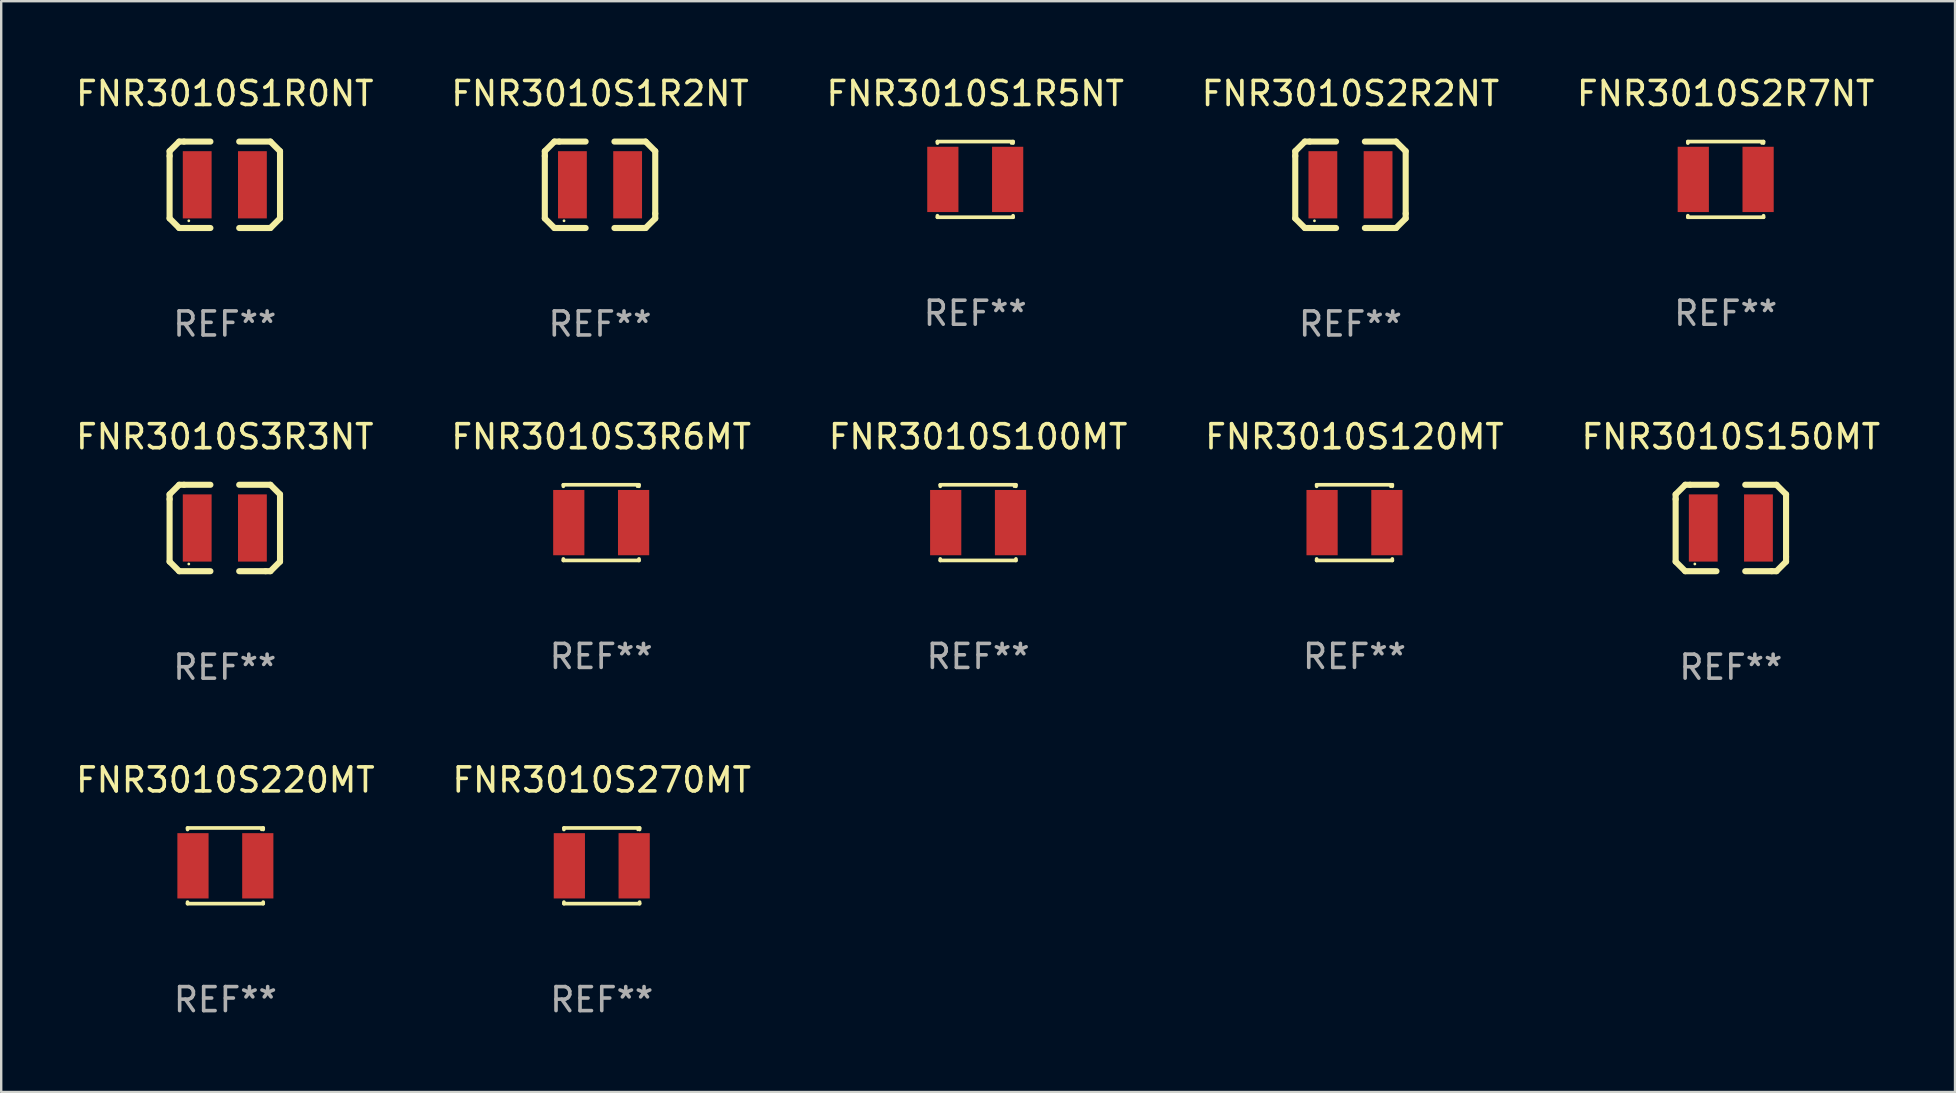
<source format=kicad_pcb>
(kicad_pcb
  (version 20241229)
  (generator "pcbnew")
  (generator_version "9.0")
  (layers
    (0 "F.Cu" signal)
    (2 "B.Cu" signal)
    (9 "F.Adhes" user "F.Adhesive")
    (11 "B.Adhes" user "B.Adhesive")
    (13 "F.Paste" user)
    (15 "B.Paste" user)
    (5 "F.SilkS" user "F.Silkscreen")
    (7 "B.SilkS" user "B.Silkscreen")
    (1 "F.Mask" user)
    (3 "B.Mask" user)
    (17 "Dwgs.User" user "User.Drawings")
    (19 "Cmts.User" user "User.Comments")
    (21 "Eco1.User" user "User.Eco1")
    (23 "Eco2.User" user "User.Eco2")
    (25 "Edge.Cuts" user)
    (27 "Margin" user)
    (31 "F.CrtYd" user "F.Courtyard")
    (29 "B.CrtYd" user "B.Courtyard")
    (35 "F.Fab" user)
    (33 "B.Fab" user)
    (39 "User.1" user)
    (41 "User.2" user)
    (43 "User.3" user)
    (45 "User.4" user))
  (footprint "FNR3010S150MT"
    (layer "F.Cu")
    (at 69.054 18.945)
    (property "Reference" "FNR3010S150MT" (at 0 -3.8 0) (layer "F.SilkS") (effects (font (size 1 1) (thickness 0.15))))
    (attr through_hole)
    (fp_line (start -2.3 -1.4) (end -2.3 -1.2) (stroke (width 0.254) (type solid)) (layer "F.SilkS"))
    (fp_line (start -2.3 1.4) (end -2.3 -1.2) (stroke (width 0.254) (type solid)) (layer "F.SilkS"))
    (fp_line (start -1.9 1.8) (end -2.3 1.4) (stroke (width 0.254) (type solid)) (layer "F.SilkS"))
    (fp_line (start -1.9 -1.8) (end -2.3 -1.4) (stroke (width 0.254) (type solid)) (layer "F.SilkS"))
    (fp_line (start -1.7 -1.8) (end -1.9 -1.8) (stroke (width 0.254) (type solid)) (layer "F.SilkS"))
    (fp_line (start -1.7 -1.8) (end -0.6 -1.8) (stroke (width 0.254) (type solid)) (layer "F.SilkS"))
    (fp_line (start -0.6 1.8) (end -1.9 1.8) (stroke (width 0.254) (type solid)) (layer "F.SilkS"))
    (fp_line (start 0.6 -1.8) (end 1.9 -1.8) (stroke (width 0.254) (type solid)) (layer "F.SilkS"))
    (fp_line (start 1.7 1.8) (end 0.6 1.8) (stroke (width 0.254) (type solid)) (layer "F.SilkS"))
    (fp_line (start 1.7 1.8) (end 1.9 1.8) (stroke (width 0.254) (type solid)) (layer "F.SilkS"))
    (fp_line (start 1.9 1.8) (end 2.3 1.4) (stroke (width 0.254) (type solid)) (layer "F.SilkS"))
    (fp_line (start 1.9 -1.8) (end 2.3 -1.4) (stroke (width 0.254) (type solid)) (layer "F.SilkS"))
    (fp_line (start 2.3 -1.4) (end 2.3 1.2) (stroke (width 0.254) (type solid)) (layer "F.SilkS"))
    (fp_line (start 2.3 1.4) (end 2.3 1.2) (stroke (width 0.254) (type solid)) (layer "F.SilkS"))
    (fp_circle (center -1.5 1.5) (end -1.47 1.5) (stroke (width 0.06) (type solid)) (fill no) (layer "F.SilkS"))
    (fp_text user "REF**" (at 0 5.8 0) (layer "F.Fab") (effects (font (size 1 1) (thickness 0.15))))
    (pad "1" smd rect (at -1.15 0) (size 1.2 2.8) (layers "F.Cu" "F.Mask" "F.Paste"))
    (pad "2" smd rect (at 1.15 0) (size 1.2 2.8) (layers "F.Cu" "F.Mask" "F.Paste")))
  (footprint "FNR3010S270MT"
    (layer "F.Cu")
    (at 22.018 33.018)
    (property "Reference" "FNR3010S270MT" (at 0 -3.576 0) (layer "F.SilkS") (effects (font (size 1 1) (thickness 0.15))))
    (attr through_hole)
    (fp_line (start -1.576 -1.576) (end 1.576 -1.576) (stroke (width 0.152) (type solid)) (layer "F.SilkS"))
    (fp_line (start -1.576 -1.512) (end -1.576 -1.576) (stroke (width 0.152) (type solid)) (layer "F.SilkS"))
    (fp_line (start -1.576 1.512) (end -1.576 1.576) (stroke (width 0.152) (type solid)) (layer "F.SilkS"))
    (fp_line (start -1.576 1.576) (end 1.576 1.576) (stroke (width 0.152) (type solid)) (layer "F.SilkS"))
    (fp_line (start 1.576 -1.576) (end 1.576 -1.512) (stroke (width 0.152) (type solid)) (layer "F.SilkS"))
    (fp_line (start 1.576 1.576) (end 1.576 1.512) (stroke (width 0.152) (type solid)) (layer "F.SilkS"))
    (fp_circle (center 1.5 -1.5) (end 1.53 -1.5) (stroke (width 0.06) (type solid)) (fill no) (layer "F.SilkS"))
    (fp_text user "REF**" (at 0 5.576 0) (layer "F.Fab") (effects (font (size 1 1) (thickness 0.15))))
    (pad "1" smd rect (at 1.35 0) (size 1.3 2.72) (layers "F.Cu" "F.Mask" "F.Paste"))
    (pad "2" smd rect (at -1.35 0) (size 1.3 2.72) (layers "F.Cu" "F.Mask" "F.Paste")))
  (footprint "FNR3010S1R0NT"
    (layer "F.Cu")
    (at 6.315 4.648)
    (property "Reference" "FNR3010S1R0NT" (at 0 -3.8 0) (layer "F.SilkS") (effects (font (size 1 1) (thickness 0.15))))
    (attr through_hole)
    (fp_line (start -2.3 -1.4) (end -2.3 -1.2) (stroke (width 0.254) (type solid)) (layer "F.SilkS"))
    (fp_line (start -2.3 1.4) (end -2.3 -1.2) (stroke (width 0.254) (type solid)) (layer "F.SilkS"))
    (fp_line (start -1.9 1.8) (end -2.3 1.4) (stroke (width 0.254) (type solid)) (layer "F.SilkS"))
    (fp_line (start -1.9 -1.8) (end -2.3 -1.4) (stroke (width 0.254) (type solid)) (layer "F.SilkS"))
    (fp_line (start -1.7 -1.8) (end -1.9 -1.8) (stroke (width 0.254) (type solid)) (layer "F.SilkS"))
    (fp_line (start -1.7 -1.8) (end -0.6 -1.8) (stroke (width 0.254) (type solid)) (layer "F.SilkS"))
    (fp_line (start -0.6 1.8) (end -1.9 1.8) (stroke (width 0.254) (type solid)) (layer "F.SilkS"))
    (fp_line (start 0.6 -1.8) (end 1.9 -1.8) (stroke (width 0.254) (type solid)) (layer "F.SilkS"))
    (fp_line (start 1.7 1.8) (end 0.6 1.8) (stroke (width 0.254) (type solid)) (layer "F.SilkS"))
    (fp_line (start 1.7 1.8) (end 1.9 1.8) (stroke (width 0.254) (type solid)) (layer "F.SilkS"))
    (fp_line (start 1.9 1.8) (end 2.3 1.4) (stroke (width 0.254) (type solid)) (layer "F.SilkS"))
    (fp_line (start 1.9 -1.8) (end 2.3 -1.4) (stroke (width 0.254) (type solid)) (layer "F.SilkS"))
    (fp_line (start 2.3 -1.4) (end 2.3 1.2) (stroke (width 0.254) (type solid)) (layer "F.SilkS"))
    (fp_line (start 2.3 1.4) (end 2.3 1.2) (stroke (width 0.254) (type solid)) (layer "F.SilkS"))
    (fp_circle (center -1.5 1.5) (end -1.47 1.5) (stroke (width 0.06) (type solid)) (fill no) (layer "F.SilkS"))
    (fp_text user "REF**" (at 0 5.8 0) (layer "F.Fab") (effects (font (size 1 1) (thickness 0.15))))
    (pad "1" smd rect (at -1.15 0) (size 1.2 2.8) (layers "F.Cu" "F.Mask" "F.Paste"))
    (pad "2" smd rect (at 1.15 0) (size 1.2 2.8) (layers "F.Cu" "F.Mask" "F.Paste")))
  (footprint "FNR3010S120MT"
    (layer "F.Cu")
    (at 53.375 18.721)
    (property "Reference" "FNR3010S120MT" (at 0 -3.576 0) (layer "F.SilkS") (effects (font (size 1 1) (thickness 0.15))))
    (attr through_hole)
    (fp_line (start -1.576 -1.576) (end 1.576 -1.576) (stroke (width 0.152) (type solid)) (layer "F.SilkS"))
    (fp_line (start -1.576 -1.512) (end -1.576 -1.576) (stroke (width 0.152) (type solid)) (layer "F.SilkS"))
    (fp_line (start -1.576 1.512) (end -1.576 1.576) (stroke (width 0.152) (type solid)) (layer "F.SilkS"))
    (fp_line (start -1.576 1.576) (end 1.576 1.576) (stroke (width 0.152) (type solid)) (layer "F.SilkS"))
    (fp_line (start 1.576 -1.576) (end 1.576 -1.512) (stroke (width 0.152) (type solid)) (layer "F.SilkS"))
    (fp_line (start 1.576 1.576) (end 1.576 1.512) (stroke (width 0.152) (type solid)) (layer "F.SilkS"))
    (fp_circle (center 1.5 -1.5) (end 1.53 -1.5) (stroke (width 0.06) (type solid)) (fill no) (layer "F.SilkS"))
    (fp_text user "REF**" (at 0 5.576 0) (layer "F.Fab") (effects (font (size 1 1) (thickness 0.15))))
    (pad "1" smd rect (at 1.35 0) (size 1.3 2.72) (layers "F.Cu" "F.Mask" "F.Paste"))
    (pad "2" smd rect (at -1.35 0) (size 1.3 2.72) (layers "F.Cu" "F.Mask" "F.Paste")))
  (footprint "FNR3010S220MT"
    (layer "F.Cu")
    (at 6.339 33.018)
    (property "Reference" "FNR3010S220MT" (at 0 -3.576 0) (layer "F.SilkS") (effects (font (size 1 1) (thickness 0.15))))
    (attr through_hole)
    (fp_line (start -1.576 -1.576) (end 1.576 -1.576) (stroke (width 0.152) (type solid)) (layer "F.SilkS"))
    (fp_line (start -1.576 -1.512) (end -1.576 -1.576) (stroke (width 0.152) (type solid)) (layer "F.SilkS"))
    (fp_line (start -1.576 1.512) (end -1.576 1.576) (stroke (width 0.152) (type solid)) (layer "F.SilkS"))
    (fp_line (start -1.576 1.576) (end 1.576 1.576) (stroke (width 0.152) (type solid)) (layer "F.SilkS"))
    (fp_line (start 1.576 -1.576) (end 1.576 -1.512) (stroke (width 0.152) (type solid)) (layer "F.SilkS"))
    (fp_line (start 1.576 1.576) (end 1.576 1.512) (stroke (width 0.152) (type solid)) (layer "F.SilkS"))
    (fp_circle (center 1.5 -1.5) (end 1.53 -1.5) (stroke (width 0.06) (type solid)) (fill no) (layer "F.SilkS"))
    (fp_text user "REF**" (at 0 5.576 0) (layer "F.Fab") (effects (font (size 1 1) (thickness 0.15))))
    (pad "1" smd rect (at 1.35 0) (size 1.3 2.72) (layers "F.Cu" "F.Mask" "F.Paste"))
    (pad "2" smd rect (at -1.35 0) (size 1.3 2.72) (layers "F.Cu" "F.Mask" "F.Paste")))
  (footprint "FNR3010S1R5NT"
    (layer "F.Cu")
    (at 37.577 4.424)
    (property "Reference" "FNR3010S1R5NT" (at 0 -3.576 0) (layer "F.SilkS") (effects (font (size 1 1) (thickness 0.15))))
    (attr through_hole)
    (fp_line (start -1.576 -1.576) (end 1.576 -1.576) (stroke (width 0.152) (type solid)) (layer "F.SilkS"))
    (fp_line (start -1.576 -1.512) (end -1.576 -1.576) (stroke (width 0.152) (type solid)) (layer "F.SilkS"))
    (fp_line (start -1.576 1.512) (end -1.576 1.576) (stroke (width 0.152) (type solid)) (layer "F.SilkS"))
    (fp_line (start -1.576 1.576) (end 1.576 1.576) (stroke (width 0.152) (type solid)) (layer "F.SilkS"))
    (fp_line (start 1.576 -1.576) (end 1.576 -1.512) (stroke (width 0.152) (type solid)) (layer "F.SilkS"))
    (fp_line (start 1.576 1.576) (end 1.576 1.512) (stroke (width 0.152) (type solid)) (layer "F.SilkS"))
    (fp_circle (center 1.5 -1.5) (end 1.53 -1.5) (stroke (width 0.06) (type solid)) (fill no) (layer "F.SilkS"))
    (fp_text user "REF**" (at 0 5.576 0) (layer "F.Fab") (effects (font (size 1 1) (thickness 0.15))))
    (pad "1" smd rect (at 1.35 0) (size 1.3 2.72) (layers "F.Cu" "F.Mask" "F.Paste"))
    (pad "2" smd rect (at -1.35 0) (size 1.3 2.72) (layers "F.Cu" "F.Mask" "F.Paste")))
  (footprint "FNR3010S2R2NT"
    (layer "F.Cu")
    (at 53.208 4.648)
    (property "Reference" "FNR3010S2R2NT" (at 0 -3.8 0) (layer "F.SilkS") (effects (font (size 1 1) (thickness 0.15))))
    (attr through_hole)
    (fp_line (start -2.3 -1.4) (end -2.3 -1.2) (stroke (width 0.254) (type solid)) (layer "F.SilkS"))
    (fp_line (start -2.3 1.4) (end -2.3 -1.2) (stroke (width 0.254) (type solid)) (layer "F.SilkS"))
    (fp_line (start -1.9 1.8) (end -2.3 1.4) (stroke (width 0.254) (type solid)) (layer "F.SilkS"))
    (fp_line (start -1.9 -1.8) (end -2.3 -1.4) (stroke (width 0.254) (type solid)) (layer "F.SilkS"))
    (fp_line (start -1.7 -1.8) (end -1.9 -1.8) (stroke (width 0.254) (type solid)) (layer "F.SilkS"))
    (fp_line (start -1.7 -1.8) (end -0.6 -1.8) (stroke (width 0.254) (type solid)) (layer "F.SilkS"))
    (fp_line (start -0.6 1.8) (end -1.9 1.8) (stroke (width 0.254) (type solid)) (layer "F.SilkS"))
    (fp_line (start 0.6 -1.8) (end 1.9 -1.8) (stroke (width 0.254) (type solid)) (layer "F.SilkS"))
    (fp_line (start 1.7 1.8) (end 0.6 1.8) (stroke (width 0.254) (type solid)) (layer "F.SilkS"))
    (fp_line (start 1.7 1.8) (end 1.9 1.8) (stroke (width 0.254) (type solid)) (layer "F.SilkS"))
    (fp_line (start 1.9 1.8) (end 2.3 1.4) (stroke (width 0.254) (type solid)) (layer "F.SilkS"))
    (fp_line (start 1.9 -1.8) (end 2.3 -1.4) (stroke (width 0.254) (type solid)) (layer "F.SilkS"))
    (fp_line (start 2.3 -1.4) (end 2.3 1.2) (stroke (width 0.254) (type solid)) (layer "F.SilkS"))
    (fp_line (start 2.3 1.4) (end 2.3 1.2) (stroke (width 0.254) (type solid)) (layer "F.SilkS"))
    (fp_circle (center -1.5 1.5) (end -1.47 1.5) (stroke (width 0.06) (type solid)) (fill no) (layer "F.SilkS"))
    (fp_text user "REF**" (at 0 5.8 0) (layer "F.Fab") (effects (font (size 1 1) (thickness 0.15))))
    (pad "1" smd rect (at -1.15 0) (size 1.2 2.8) (layers "F.Cu" "F.Mask" "F.Paste"))
    (pad "2" smd rect (at 1.15 0) (size 1.2 2.8) (layers "F.Cu" "F.Mask" "F.Paste")))
  (footprint "FNR3010S3R3NT"
    (layer "F.Cu")
    (at 6.315 18.945)
    (property "Reference" "FNR3010S3R3NT" (at 0 -3.8 0) (layer "F.SilkS") (effects (font (size 1 1) (thickness 0.15))))
    (attr through_hole)
    (fp_line (start -2.3 -1.4) (end -2.3 -1.2) (stroke (width 0.254) (type solid)) (layer "F.SilkS"))
    (fp_line (start -2.3 1.4) (end -2.3 -1.2) (stroke (width 0.254) (type solid)) (layer "F.SilkS"))
    (fp_line (start -1.9 1.8) (end -2.3 1.4) (stroke (width 0.254) (type solid)) (layer "F.SilkS"))
    (fp_line (start -1.9 -1.8) (end -2.3 -1.4) (stroke (width 0.254) (type solid)) (layer "F.SilkS"))
    (fp_line (start -1.7 -1.8) (end -1.9 -1.8) (stroke (width 0.254) (type solid)) (layer "F.SilkS"))
    (fp_line (start -1.7 -1.8) (end -0.6 -1.8) (stroke (width 0.254) (type solid)) (layer "F.SilkS"))
    (fp_line (start -0.6 1.8) (end -1.9 1.8) (stroke (width 0.254) (type solid)) (layer "F.SilkS"))
    (fp_line (start 0.6 -1.8) (end 1.9 -1.8) (stroke (width 0.254) (type solid)) (layer "F.SilkS"))
    (fp_line (start 1.7 1.8) (end 0.6 1.8) (stroke (width 0.254) (type solid)) (layer "F.SilkS"))
    (fp_line (start 1.7 1.8) (end 1.9 1.8) (stroke (width 0.254) (type solid)) (layer "F.SilkS"))
    (fp_line (start 1.9 1.8) (end 2.3 1.4) (stroke (width 0.254) (type solid)) (layer "F.SilkS"))
    (fp_line (start 1.9 -1.8) (end 2.3 -1.4) (stroke (width 0.254) (type solid)) (layer "F.SilkS"))
    (fp_line (start 2.3 -1.4) (end 2.3 1.2) (stroke (width 0.254) (type solid)) (layer "F.SilkS"))
    (fp_line (start 2.3 1.4) (end 2.3 1.2) (stroke (width 0.254) (type solid)) (layer "F.SilkS"))
    (fp_circle (center -1.5 1.5) (end -1.47 1.5) (stroke (width 0.06) (type solid)) (fill no) (layer "F.SilkS"))
    (fp_text user "REF**" (at 0 5.8 0) (layer "F.Fab") (effects (font (size 1 1) (thickness 0.15))))
    (pad "1" smd rect (at -1.15 0) (size 1.2 2.8) (layers "F.Cu" "F.Mask" "F.Paste"))
    (pad "2" smd rect (at 1.15 0) (size 1.2 2.8) (layers "F.Cu" "F.Mask" "F.Paste")))
  (footprint "FNR3010S3R6MT"
    (layer "F.Cu")
    (at 21.994 18.721)
    (property "Reference" "FNR3010S3R6MT" (at 0 -3.576 0) (layer "F.SilkS") (effects (font (size 1 1) (thickness 0.15))))
    (attr through_hole)
    (fp_line (start -1.576 -1.576) (end 1.576 -1.576) (stroke (width 0.152) (type solid)) (layer "F.SilkS"))
    (fp_line (start -1.576 -1.512) (end -1.576 -1.576) (stroke (width 0.152) (type solid)) (layer "F.SilkS"))
    (fp_line (start -1.576 1.512) (end -1.576 1.576) (stroke (width 0.152) (type solid)) (layer "F.SilkS"))
    (fp_line (start -1.576 1.576) (end 1.576 1.576) (stroke (width 0.152) (type solid)) (layer "F.SilkS"))
    (fp_line (start 1.576 -1.576) (end 1.576 -1.512) (stroke (width 0.152) (type solid)) (layer "F.SilkS"))
    (fp_line (start 1.576 1.576) (end 1.576 1.512) (stroke (width 0.152) (type solid)) (layer "F.SilkS"))
    (fp_circle (center 1.5 -1.5) (end 1.53 -1.5) (stroke (width 0.06) (type solid)) (fill no) (layer "F.SilkS"))
    (fp_text user "REF**" (at 0 5.576 0) (layer "F.Fab") (effects (font (size 1 1) (thickness 0.15))))
    (pad "1" smd rect (at 1.35 0) (size 1.3 2.72) (layers "F.Cu" "F.Mask" "F.Paste"))
    (pad "2" smd rect (at -1.35 0) (size 1.3 2.72) (layers "F.Cu" "F.Mask" "F.Paste")))
  (footprint "FNR3010S2R7NT"
    (layer "F.Cu")
    (at 68.839 4.424)
    (property "Reference" "FNR3010S2R7NT" (at 0 -3.576 0) (layer "F.SilkS") (effects (font (size 1 1) (thickness 0.15))))
    (attr through_hole)
    (fp_line (start -1.576 -1.576) (end 1.576 -1.576) (stroke (width 0.152) (type solid)) (layer "F.SilkS"))
    (fp_line (start -1.576 -1.512) (end -1.576 -1.576) (stroke (width 0.152) (type solid)) (layer "F.SilkS"))
    (fp_line (start -1.576 1.512) (end -1.576 1.576) (stroke (width 0.152) (type solid)) (layer "F.SilkS"))
    (fp_line (start -1.576 1.576) (end 1.576 1.576) (stroke (width 0.152) (type solid)) (layer "F.SilkS"))
    (fp_line (start 1.576 -1.576) (end 1.576 -1.512) (stroke (width 0.152) (type solid)) (layer "F.SilkS"))
    (fp_line (start 1.576 1.576) (end 1.576 1.512) (stroke (width 0.152) (type solid)) (layer "F.SilkS"))
    (fp_circle (center 1.5 -1.5) (end 1.53 -1.5) (stroke (width 0.06) (type solid)) (fill no) (layer "F.SilkS"))
    (fp_text user "REF**" (at 0 5.576 0) (layer "F.Fab") (effects (font (size 1 1) (thickness 0.15))))
    (pad "1" smd rect (at 1.35 0) (size 1.3 2.72) (layers "F.Cu" "F.Mask" "F.Paste"))
    (pad "2" smd rect (at -1.35 0) (size 1.3 2.72) (layers "F.Cu" "F.Mask" "F.Paste")))
  (footprint "FNR3010S100MT"
    (layer "F.Cu")
    (at 37.696 18.721)
    (property "Reference" "FNR3010S100MT" (at 0 -3.576 0) (layer "F.SilkS") (effects (font (size 1 1) (thickness 0.15))))
    (attr through_hole)
    (fp_line (start -1.576 -1.576) (end 1.576 -1.576) (stroke (width 0.152) (type solid)) (layer "F.SilkS"))
    (fp_line (start -1.576 -1.512) (end -1.576 -1.576) (stroke (width 0.152) (type solid)) (layer "F.SilkS"))
    (fp_line (start -1.576 1.512) (end -1.576 1.576) (stroke (width 0.152) (type solid)) (layer "F.SilkS"))
    (fp_line (start -1.576 1.576) (end 1.576 1.576) (stroke (width 0.152) (type solid)) (layer "F.SilkS"))
    (fp_line (start 1.576 -1.576) (end 1.576 -1.512) (stroke (width 0.152) (type solid)) (layer "F.SilkS"))
    (fp_line (start 1.576 1.576) (end 1.576 1.512) (stroke (width 0.152) (type solid)) (layer "F.SilkS"))
    (fp_circle (center 1.5 -1.5) (end 1.53 -1.5) (stroke (width 0.06) (type solid)) (fill no) (layer "F.SilkS"))
    (fp_text user "REF**" (at 0 5.576 0) (layer "F.Fab") (effects (font (size 1 1) (thickness 0.15))))
    (pad "1" smd rect (at 1.35 0) (size 1.3 2.72) (layers "F.Cu" "F.Mask" "F.Paste"))
    (pad "2" smd rect (at -1.35 0) (size 1.3 2.72) (layers "F.Cu" "F.Mask" "F.Paste")))
  (footprint "FNR3010S1R2NT"
    (layer "F.Cu")
    (at 21.946 4.648)
    (property "Reference" "FNR3010S1R2NT" (at 0 -3.8 0) (layer "F.SilkS") (effects (font (size 1 1) (thickness 0.15))))
    (attr through_hole)
    (fp_line (start -2.3 -1.4) (end -2.3 -1.2) (stroke (width 0.254) (type solid)) (layer "F.SilkS"))
    (fp_line (start -2.3 1.4) (end -2.3 -1.2) (stroke (width 0.254) (type solid)) (layer "F.SilkS"))
    (fp_line (start -1.9 1.8) (end -2.3 1.4) (stroke (width 0.254) (type solid)) (layer "F.SilkS"))
    (fp_line (start -1.9 -1.8) (end -2.3 -1.4) (stroke (width 0.254) (type solid)) (layer "F.SilkS"))
    (fp_line (start -1.7 -1.8) (end -1.9 -1.8) (stroke (width 0.254) (type solid)) (layer "F.SilkS"))
    (fp_line (start -1.7 -1.8) (end -0.6 -1.8) (stroke (width 0.254) (type solid)) (layer "F.SilkS"))
    (fp_line (start -0.6 1.8) (end -1.9 1.8) (stroke (width 0.254) (type solid)) (layer "F.SilkS"))
    (fp_line (start 0.6 -1.8) (end 1.9 -1.8) (stroke (width 0.254) (type solid)) (layer "F.SilkS"))
    (fp_line (start 1.7 1.8) (end 0.6 1.8) (stroke (width 0.254) (type solid)) (layer "F.SilkS"))
    (fp_line (start 1.7 1.8) (end 1.9 1.8) (stroke (width 0.254) (type solid)) (layer "F.SilkS"))
    (fp_line (start 1.9 1.8) (end 2.3 1.4) (stroke (width 0.254) (type solid)) (layer "F.SilkS"))
    (fp_line (start 1.9 -1.8) (end 2.3 -1.4) (stroke (width 0.254) (type solid)) (layer "F.SilkS"))
    (fp_line (start 2.3 -1.4) (end 2.3 1.2) (stroke (width 0.254) (type solid)) (layer "F.SilkS"))
    (fp_line (start 2.3 1.4) (end 2.3 1.2) (stroke (width 0.254) (type solid)) (layer "F.SilkS"))
    (fp_circle (center -1.5 1.5) (end -1.47 1.5) (stroke (width 0.06) (type solid)) (fill no) (layer "F.SilkS"))
    (fp_text user "REF**" (at 0 5.8 0) (layer "F.Fab") (effects (font (size 1 1) (thickness 0.15))))
    (pad "1" smd rect (at -1.15 0) (size 1.2 2.8) (layers "F.Cu" "F.Mask" "F.Paste"))
    (pad "2" smd rect (at 1.15 0) (size 1.2 2.8) (layers "F.Cu" "F.Mask" "F.Paste")))
  (gr_rect
    (start -3 -3)
    (end 78.393 42.442)
    (stroke (width 0.1) (type default))
    (fill no)
    (layer "Edge.Cuts")))
</source>
